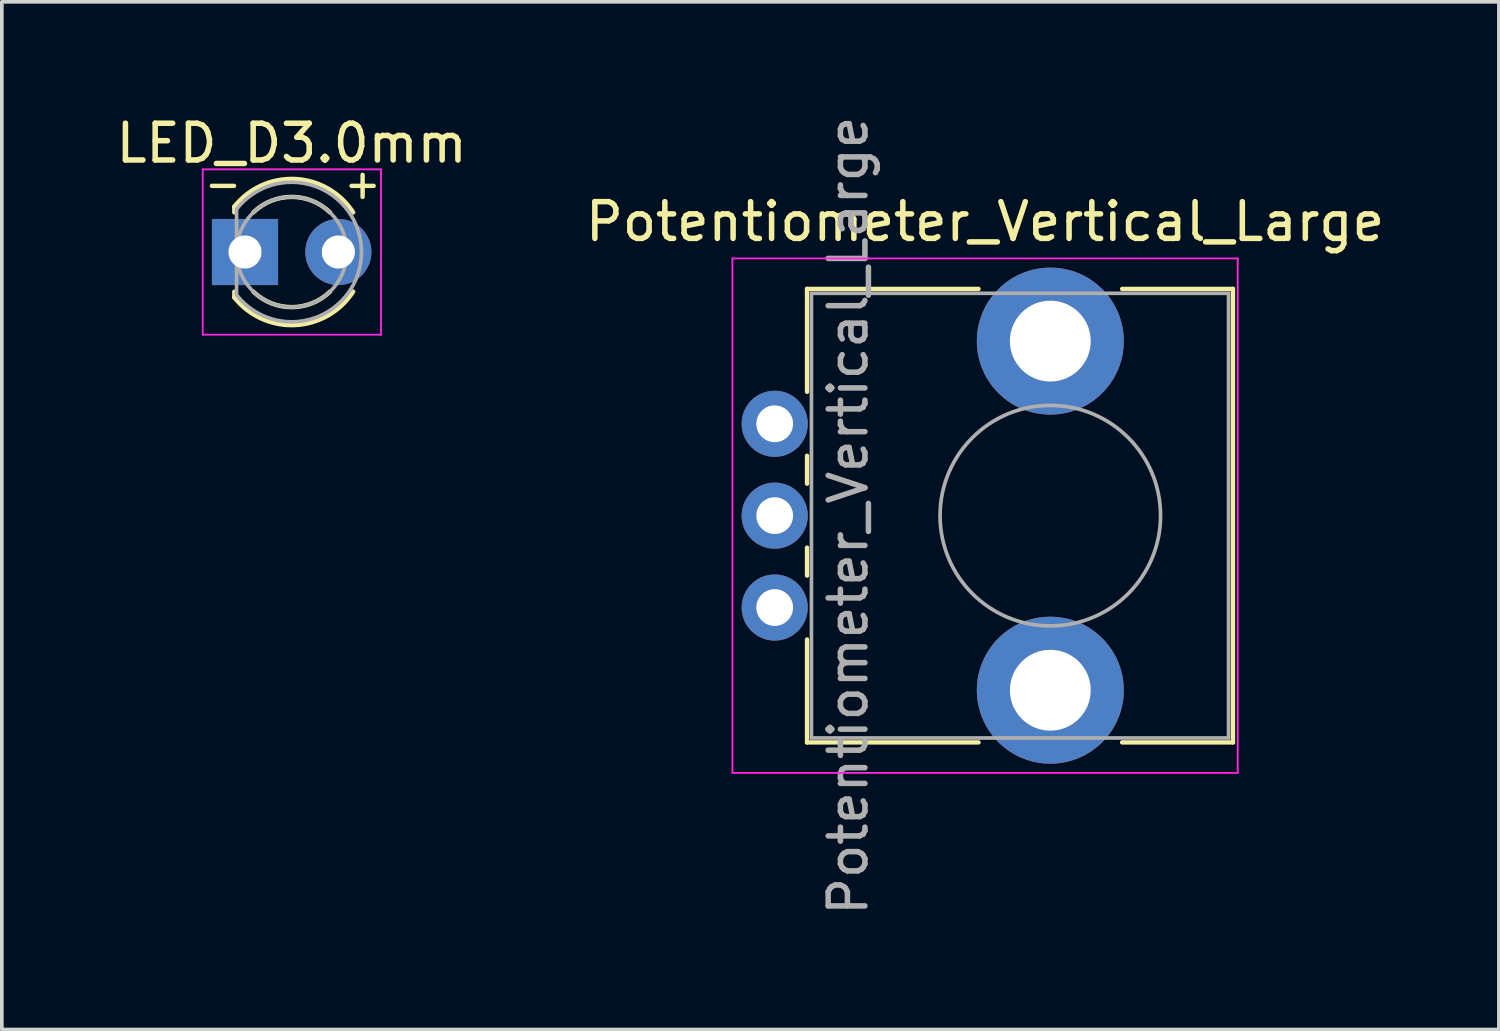
<source format=kicad_pcb>
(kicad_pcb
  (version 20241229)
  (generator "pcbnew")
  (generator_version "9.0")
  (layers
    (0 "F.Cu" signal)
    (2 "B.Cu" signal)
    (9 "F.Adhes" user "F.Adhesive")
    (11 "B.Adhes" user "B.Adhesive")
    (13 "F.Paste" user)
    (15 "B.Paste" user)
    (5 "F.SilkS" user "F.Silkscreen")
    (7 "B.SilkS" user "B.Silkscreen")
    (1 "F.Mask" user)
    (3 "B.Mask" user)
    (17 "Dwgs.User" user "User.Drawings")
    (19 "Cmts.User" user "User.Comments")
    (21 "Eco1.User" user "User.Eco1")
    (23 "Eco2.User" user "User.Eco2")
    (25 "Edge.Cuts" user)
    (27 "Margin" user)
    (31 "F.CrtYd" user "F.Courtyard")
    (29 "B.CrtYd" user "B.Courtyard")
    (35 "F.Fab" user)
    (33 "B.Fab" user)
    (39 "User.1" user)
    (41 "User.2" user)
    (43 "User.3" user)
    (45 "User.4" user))
  (footprint "Potentiometer_Vertical_Large"
    (layer "F.Cu")
    (at 18.031 13.482)
    (property "Reference" "Potentiometer_Vertical_Large" (at 5.725 -10.5 0) (layer "F.SilkS") (effects (font (size 1 1) (thickness 0.15))))
    (attr through_hole)
    (fp_line (start 0.88 -8.67) (end 0.88 -5.871) (stroke (width 0.12) (type solid)) (layer "F.SilkS"))
    (fp_line (start 0.88 -8.67) (end 5.546 -8.67) (stroke (width 0.12) (type solid)) (layer "F.SilkS"))
    (fp_line (start 0.88 -4.129) (end 0.88 -3.37) (stroke (width 0.12) (type solid)) (layer "F.SilkS"))
    (fp_line (start 0.88 -1.629) (end 0.88 -0.87) (stroke (width 0.12) (type solid)) (layer "F.SilkS"))
    (fp_line (start 0.88 0.87) (end 0.88 3.67) (stroke (width 0.12) (type solid)) (layer "F.SilkS"))
    (fp_line (start 0.88 3.67) (end 5.546 3.67) (stroke (width 0.12) (type solid)) (layer "F.SilkS"))
    (fp_line (start 9.455 -8.67) (end 12.47 -8.67) (stroke (width 0.12) (type solid)) (layer "F.SilkS"))
    (fp_line (start 9.455 3.67) (end 12.47 3.67) (stroke (width 0.12) (type solid)) (layer "F.SilkS"))
    (fp_line (start 12.47 -8.67) (end 12.47 3.67) (stroke (width 0.12) (type solid)) (layer "F.SilkS"))
    (fp_line (start -1.15 -9.5) (end -1.15 4.5) (stroke (width 0.05) (type solid)) (layer "F.CrtYd"))
    (fp_line (start -1.15 4.5) (end 12.6 4.5) (stroke (width 0.05) (type solid)) (layer "F.CrtYd"))
    (fp_line (start 12.6 -9.5) (end -1.15 -9.5) (stroke (width 0.05) (type solid)) (layer "F.CrtYd"))
    (fp_line (start 12.6 4.5) (end 12.6 -9.5) (stroke (width 0.05) (type solid)) (layer "F.CrtYd"))
    (fp_line (start 1 -8.55) (end 1 3.55) (stroke (width 0.1) (type solid)) (layer "F.Fab"))
    (fp_line (start 1 3.55) (end 12.35 3.55) (stroke (width 0.1) (type solid)) (layer "F.Fab"))
    (fp_line (start 12.35 -8.55) (end 1 -8.55) (stroke (width 0.1) (type solid)) (layer "F.Fab"))
    (fp_line (start 12.35 3.55) (end 12.35 -8.55) (stroke (width 0.1) (type solid)) (layer "F.Fab"))
    (fp_circle (center 7.5 -2.5) (end 10.5 -2.5) (stroke (width 0.1) (type solid)) (fill no) (layer "F.Fab"))
    (fp_text user "${REFERENCE}" (at 2 -2.5 90) (layer "F.Fab") (effects (font (size 1 1) (thickness 0.15))))
    (pad "" np_thru_hole circle (at 7.5 -7.25) (size 4 4) (drill 2.2) (layers "*.Cu" "*.Mask"))
    (pad "" np_thru_hole circle (at 7.5 2.25) (size 4 4) (drill 2.2) (layers "*.Cu" "*.Mask"))
    (pad "1" thru_hole circle (at 0 0) (size 1.8 1.8) (drill 1) (layers "*.Cu" "*.Mask"))
    (pad "2" thru_hole circle (at 0 -2.5) (size 1.8 1.8) (drill 1) (layers "*.Cu" "*.Mask"))
    (pad "3" thru_hole circle (at 0 -5) (size 1.8 1.8) (drill 1) (layers "*.Cu" "*.Mask")))
  (footprint "LED_D3.0mm"
    (layer "F.Cu")
    (at 3.617 3.808)
    (property "Reference" "LED_D3.0mm" (at 1.27 -2.96 0) (layer "F.SilkS") (effects (font (size 1 1) (thickness 0.15))))
    (attr through_hole)
    (fp_line (start -0.9 -1.8) (end -0.3 -1.8) (stroke (width 0.12) (type solid)) (layer "F.SilkS"))
    (fp_line (start -0.29 -1.236) (end -0.29 -1.08) (stroke (width 0.12) (type solid)) (layer "F.SilkS"))
    (fp_line (start -0.29 1.08) (end -0.29 1.236) (stroke (width 0.12) (type solid)) (layer "F.SilkS"))
    (fp_line (start 2.9 -1.8) (end 3.5 -1.8) (stroke (width 0.12) (type solid)) (layer "F.SilkS"))
    (fp_line (start 3.2 -2.1) (end 3.2 -1.5) (stroke (width 0.12) (type solid)) (layer "F.SilkS"))
    (fp_arc (start -0.29 -1.235516) (mid 1.366487 -1.987659) (end 2.942335 -1.078608) (stroke (width 0.12) (type solid)) (layer "F.SilkS"))
    (fp_arc (start 0.229039 -1.08) (mid 1.270117 -1.5) (end 2.31113 -1.079837) (stroke (width 0.12) (type solid)) (layer "F.SilkS"))
    (fp_arc (start 2.31113 1.079837) (mid 1.270117 1.5) (end 0.229039 1.08) (stroke (width 0.12) (type solid)) (layer "F.SilkS"))
    (fp_arc (start 2.942335 1.078608) (mid 1.366487 1.987659) (end -0.29 1.235516) (stroke (width 0.12) (type solid)) (layer "F.SilkS"))
    (fp_line (start -1.15 -2.25) (end -1.15 2.25) (stroke (width 0.05) (type solid)) (layer "F.CrtYd"))
    (fp_line (start -1.15 2.25) (end 3.7 2.25) (stroke (width 0.05) (type solid)) (layer "F.CrtYd"))
    (fp_line (start 3.7 -2.25) (end -1.15 -2.25) (stroke (width 0.05) (type solid)) (layer "F.CrtYd"))
    (fp_line (start 3.7 2.25) (end 3.7 -2.25) (stroke (width 0.05) (type solid)) (layer "F.CrtYd"))
    (fp_line (start -0.23 -1.166) (end -0.23 1.166) (stroke (width 0.1) (type solid)) (layer "F.Fab"))
    (fp_arc (start -0.23 -1.16619) (mid 3.17 0.000452) (end -0.230555 1.165476) (stroke (width 0.1) (type solid)) (layer "F.Fab"))
    (fp_circle (center 1.27 0) (end 2.77 0) (stroke (width 0.1) (type solid)) (fill no) (layer "F.Fab"))
    (pad "1" thru_hole rect (at 0 0) (size 1.8 1.8) (drill 0.9) (layers "*.Cu" "*.Mask"))
    (pad "2" thru_hole circle (at 2.54 0) (size 1.8 1.8) (drill 0.9) (layers "*.Cu" "*.Mask")))
  (gr_rect
    (start -3 -3)
    (end 37.738 24.964)
    (stroke (width 0.1) (type default))
    (fill no)
    (layer "Edge.Cuts")))
</source>
